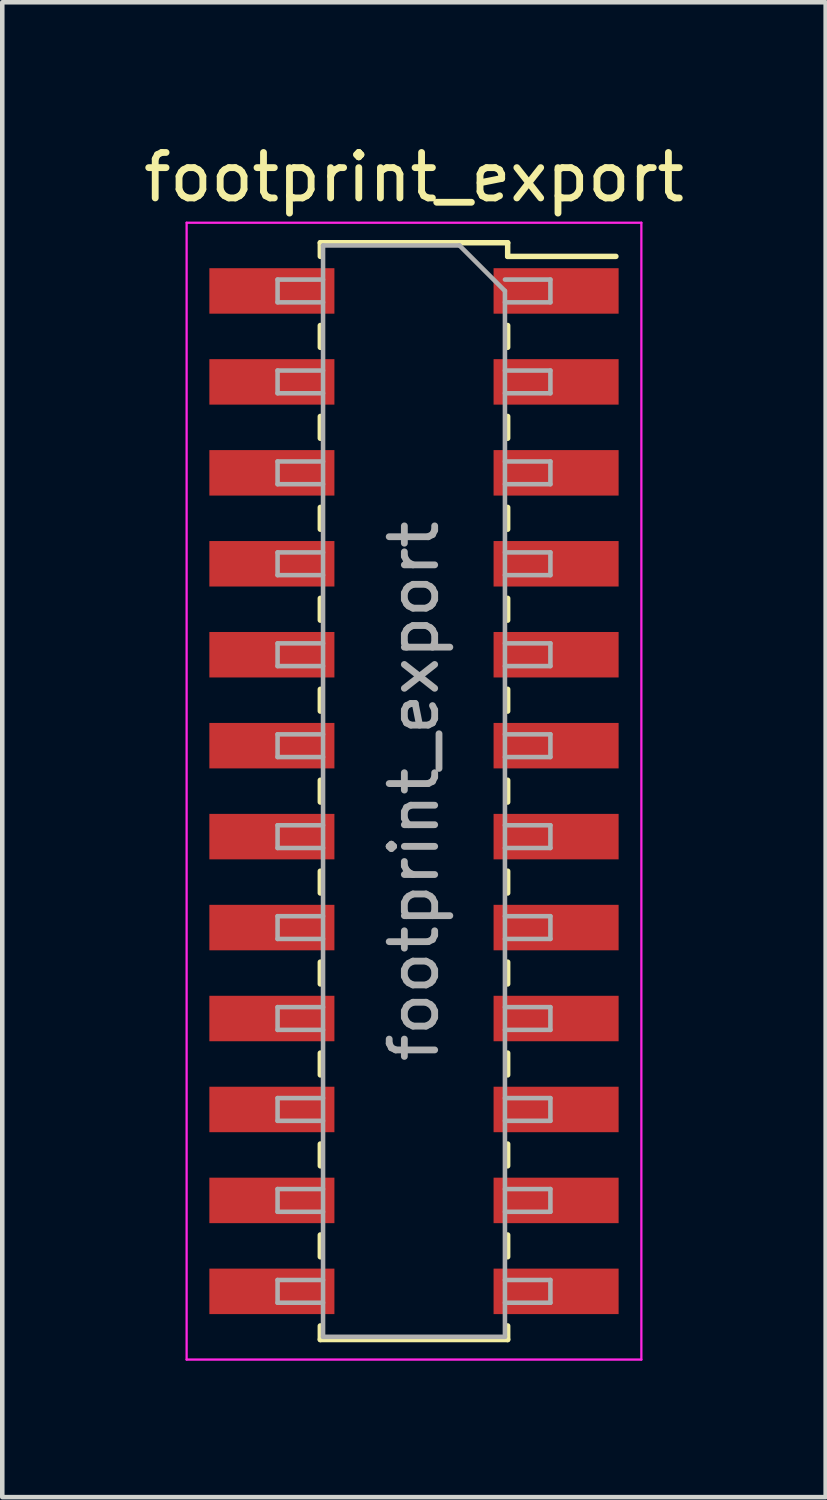
<source format=kicad_pcb>
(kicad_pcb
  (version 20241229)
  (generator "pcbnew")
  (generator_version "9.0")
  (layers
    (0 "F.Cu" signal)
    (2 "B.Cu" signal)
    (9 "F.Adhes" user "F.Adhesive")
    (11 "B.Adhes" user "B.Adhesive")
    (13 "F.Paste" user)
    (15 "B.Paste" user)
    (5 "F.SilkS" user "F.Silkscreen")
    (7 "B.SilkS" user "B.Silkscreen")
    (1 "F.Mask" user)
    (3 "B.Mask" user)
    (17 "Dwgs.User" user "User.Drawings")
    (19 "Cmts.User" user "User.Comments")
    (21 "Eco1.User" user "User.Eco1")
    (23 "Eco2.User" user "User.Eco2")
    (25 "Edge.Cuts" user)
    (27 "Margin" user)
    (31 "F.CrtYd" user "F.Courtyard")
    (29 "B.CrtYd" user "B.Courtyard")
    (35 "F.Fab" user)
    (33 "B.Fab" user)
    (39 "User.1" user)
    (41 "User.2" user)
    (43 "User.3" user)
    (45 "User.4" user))
  (footprint "footprint_export"
    (layer "F.Cu")
    (at 6.054 14.348)
    (property "Reference" "footprint_export" (at 0 -13.5 0) (layer "F.SilkS") (effects (font (size 1 1) (thickness 0.15))))
    (attr smd)
    (fp_line (start -2.06 -12.06) (end -2.06 -11.76) (stroke (width 0.12) (type solid)) (layer "F.SilkS"))
    (fp_line (start -2.06 -12.06) (end 2.06 -12.06) (stroke (width 0.12) (type solid)) (layer "F.SilkS"))
    (fp_line (start -2.06 -10.24) (end -2.06 -9.76) (stroke (width 0.12) (type solid)) (layer "F.SilkS"))
    (fp_line (start -2.06 -8.24) (end -2.06 -7.76) (stroke (width 0.12) (type solid)) (layer "F.SilkS"))
    (fp_line (start -2.06 -6.24) (end -2.06 -5.76) (stroke (width 0.12) (type solid)) (layer "F.SilkS"))
    (fp_line (start -2.06 -4.24) (end -2.06 -3.76) (stroke (width 0.12) (type solid)) (layer "F.SilkS"))
    (fp_line (start -2.06 -2.24) (end -2.06 -1.76) (stroke (width 0.12) (type solid)) (layer "F.SilkS"))
    (fp_line (start -2.06 -0.24) (end -2.06 0.24) (stroke (width 0.12) (type solid)) (layer "F.SilkS"))
    (fp_line (start -2.06 1.76) (end -2.06 2.24) (stroke (width 0.12) (type solid)) (layer "F.SilkS"))
    (fp_line (start -2.06 3.76) (end -2.06 4.24) (stroke (width 0.12) (type solid)) (layer "F.SilkS"))
    (fp_line (start -2.06 5.76) (end -2.06 6.24) (stroke (width 0.12) (type solid)) (layer "F.SilkS"))
    (fp_line (start -2.06 7.76) (end -2.06 8.24) (stroke (width 0.12) (type solid)) (layer "F.SilkS"))
    (fp_line (start -2.06 9.76) (end -2.06 10.24) (stroke (width 0.12) (type solid)) (layer "F.SilkS"))
    (fp_line (start -2.06 11.76) (end -2.06 12.06) (stroke (width 0.12) (type solid)) (layer "F.SilkS"))
    (fp_line (start -2.06 12.06) (end 2.06 12.06) (stroke (width 0.12) (type solid)) (layer "F.SilkS"))
    (fp_line (start 2.06 -12.06) (end 2.06 -11.76) (stroke (width 0.12) (type solid)) (layer "F.SilkS"))
    (fp_line (start 2.06 -11.76) (end 4.44 -11.76) (stroke (width 0.12) (type solid)) (layer "F.SilkS"))
    (fp_line (start 2.06 -10.24) (end 2.06 -9.76) (stroke (width 0.12) (type solid)) (layer "F.SilkS"))
    (fp_line (start 2.06 -8.24) (end 2.06 -7.76) (stroke (width 0.12) (type solid)) (layer "F.SilkS"))
    (fp_line (start 2.06 -6.24) (end 2.06 -5.76) (stroke (width 0.12) (type solid)) (layer "F.SilkS"))
    (fp_line (start 2.06 -4.24) (end 2.06 -3.76) (stroke (width 0.12) (type solid)) (layer "F.SilkS"))
    (fp_line (start 2.06 -2.24) (end 2.06 -1.76) (stroke (width 0.12) (type solid)) (layer "F.SilkS"))
    (fp_line (start 2.06 -0.24) (end 2.06 0.24) (stroke (width 0.12) (type solid)) (layer "F.SilkS"))
    (fp_line (start 2.06 1.76) (end 2.06 2.24) (stroke (width 0.12) (type solid)) (layer "F.SilkS"))
    (fp_line (start 2.06 3.76) (end 2.06 4.24) (stroke (width 0.12) (type solid)) (layer "F.SilkS"))
    (fp_line (start 2.06 5.76) (end 2.06 6.24) (stroke (width 0.12) (type solid)) (layer "F.SilkS"))
    (fp_line (start 2.06 7.76) (end 2.06 8.24) (stroke (width 0.12) (type solid)) (layer "F.SilkS"))
    (fp_line (start 2.06 9.76) (end 2.06 10.24) (stroke (width 0.12) (type solid)) (layer "F.SilkS"))
    (fp_line (start 2.06 11.76) (end 2.06 12.06) (stroke (width 0.12) (type solid)) (layer "F.SilkS"))
    (fp_line (start -5 -12.5) (end 5 -12.5) (stroke (width 0.05) (type solid)) (layer "F.CrtYd"))
    (fp_line (start -5 12.5) (end -5 -12.5) (stroke (width 0.05) (type solid)) (layer "F.CrtYd"))
    (fp_line (start 5 -12.5) (end 5 12.5) (stroke (width 0.05) (type solid)) (layer "F.CrtYd"))
    (fp_line (start 5 12.5) (end -5 12.5) (stroke (width 0.05) (type solid)) (layer "F.CrtYd"))
    (fp_line (start -3 -11.25) (end -2 -11.25) (stroke (width 0.1) (type solid)) (layer "F.Fab"))
    (fp_line (start -3 -10.75) (end -3 -11.25) (stroke (width 0.1) (type solid)) (layer "F.Fab"))
    (fp_line (start -3 -9.25) (end -2 -9.25) (stroke (width 0.1) (type solid)) (layer "F.Fab"))
    (fp_line (start -3 -8.75) (end -3 -9.25) (stroke (width 0.1) (type solid)) (layer "F.Fab"))
    (fp_line (start -3 -7.25) (end -2 -7.25) (stroke (width 0.1) (type solid)) (layer "F.Fab"))
    (fp_line (start -3 -6.75) (end -3 -7.25) (stroke (width 0.1) (type solid)) (layer "F.Fab"))
    (fp_line (start -3 -5.25) (end -2 -5.25) (stroke (width 0.1) (type solid)) (layer "F.Fab"))
    (fp_line (start -3 -4.75) (end -3 -5.25) (stroke (width 0.1) (type solid)) (layer "F.Fab"))
    (fp_line (start -3 -3.25) (end -2 -3.25) (stroke (width 0.1) (type solid)) (layer "F.Fab"))
    (fp_line (start -3 -2.75) (end -3 -3.25) (stroke (width 0.1) (type solid)) (layer "F.Fab"))
    (fp_line (start -3 -1.25) (end -2 -1.25) (stroke (width 0.1) (type solid)) (layer "F.Fab"))
    (fp_line (start -3 -0.75) (end -3 -1.25) (stroke (width 0.1) (type solid)) (layer "F.Fab"))
    (fp_line (start -3 0.75) (end -2 0.75) (stroke (width 0.1) (type solid)) (layer "F.Fab"))
    (fp_line (start -3 1.25) (end -3 0.75) (stroke (width 0.1) (type solid)) (layer "F.Fab"))
    (fp_line (start -3 2.75) (end -2 2.75) (stroke (width 0.1) (type solid)) (layer "F.Fab"))
    (fp_line (start -3 3.25) (end -3 2.75) (stroke (width 0.1) (type solid)) (layer "F.Fab"))
    (fp_line (start -3 4.75) (end -2 4.75) (stroke (width 0.1) (type solid)) (layer "F.Fab"))
    (fp_line (start -3 5.25) (end -3 4.75) (stroke (width 0.1) (type solid)) (layer "F.Fab"))
    (fp_line (start -3 6.75) (end -2 6.75) (stroke (width 0.1) (type solid)) (layer "F.Fab"))
    (fp_line (start -3 7.25) (end -3 6.75) (stroke (width 0.1) (type solid)) (layer "F.Fab"))
    (fp_line (start -3 8.75) (end -2 8.75) (stroke (width 0.1) (type solid)) (layer "F.Fab"))
    (fp_line (start -3 9.25) (end -3 8.75) (stroke (width 0.1) (type solid)) (layer "F.Fab"))
    (fp_line (start -3 10.75) (end -2 10.75) (stroke (width 0.1) (type solid)) (layer "F.Fab"))
    (fp_line (start -3 11.25) (end -3 10.75) (stroke (width 0.1) (type solid)) (layer "F.Fab"))
    (fp_line (start -2 -12) (end 1 -12) (stroke (width 0.1) (type solid)) (layer "F.Fab"))
    (fp_line (start -2 -10.75) (end -3 -10.75) (stroke (width 0.1) (type solid)) (layer "F.Fab"))
    (fp_line (start -2 -8.75) (end -3 -8.75) (stroke (width 0.1) (type solid)) (layer "F.Fab"))
    (fp_line (start -2 -6.75) (end -3 -6.75) (stroke (width 0.1) (type solid)) (layer "F.Fab"))
    (fp_line (start -2 -4.75) (end -3 -4.75) (stroke (width 0.1) (type solid)) (layer "F.Fab"))
    (fp_line (start -2 -2.75) (end -3 -2.75) (stroke (width 0.1) (type solid)) (layer "F.Fab"))
    (fp_line (start -2 -0.75) (end -3 -0.75) (stroke (width 0.1) (type solid)) (layer "F.Fab"))
    (fp_line (start -2 1.25) (end -3 1.25) (stroke (width 0.1) (type solid)) (layer "F.Fab"))
    (fp_line (start -2 3.25) (end -3 3.25) (stroke (width 0.1) (type solid)) (layer "F.Fab"))
    (fp_line (start -2 5.25) (end -3 5.25) (stroke (width 0.1) (type solid)) (layer "F.Fab"))
    (fp_line (start -2 7.25) (end -3 7.25) (stroke (width 0.1) (type solid)) (layer "F.Fab"))
    (fp_line (start -2 9.25) (end -3 9.25) (stroke (width 0.1) (type solid)) (layer "F.Fab"))
    (fp_line (start -2 11.25) (end -3 11.25) (stroke (width 0.1) (type solid)) (layer "F.Fab"))
    (fp_line (start -2 12) (end -2 -12) (stroke (width 0.1) (type solid)) (layer "F.Fab"))
    (fp_line (start 1 -12) (end 2 -11) (stroke (width 0.1) (type solid)) (layer "F.Fab"))
    (fp_line (start 2 -11.25) (end 3 -11.25) (stroke (width 0.1) (type solid)) (layer "F.Fab"))
    (fp_line (start 2 -11) (end 2 12) (stroke (width 0.1) (type solid)) (layer "F.Fab"))
    (fp_line (start 2 -9.25) (end 3 -9.25) (stroke (width 0.1) (type solid)) (layer "F.Fab"))
    (fp_line (start 2 -7.25) (end 3 -7.25) (stroke (width 0.1) (type solid)) (layer "F.Fab"))
    (fp_line (start 2 -5.25) (end 3 -5.25) (stroke (width 0.1) (type solid)) (layer "F.Fab"))
    (fp_line (start 2 -3.25) (end 3 -3.25) (stroke (width 0.1) (type solid)) (layer "F.Fab"))
    (fp_line (start 2 -1.25) (end 3 -1.25) (stroke (width 0.1) (type solid)) (layer "F.Fab"))
    (fp_line (start 2 0.75) (end 3 0.75) (stroke (width 0.1) (type solid)) (layer "F.Fab"))
    (fp_line (start 2 2.75) (end 3 2.75) (stroke (width 0.1) (type solid)) (layer "F.Fab"))
    (fp_line (start 2 4.75) (end 3 4.75) (stroke (width 0.1) (type solid)) (layer "F.Fab"))
    (fp_line (start 2 6.75) (end 3 6.75) (stroke (width 0.1) (type solid)) (layer "F.Fab"))
    (fp_line (start 2 8.75) (end 3 8.75) (stroke (width 0.1) (type solid)) (layer "F.Fab"))
    (fp_line (start 2 10.75) (end 3 10.75) (stroke (width 0.1) (type solid)) (layer "F.Fab"))
    (fp_line (start 2 12) (end -2 12) (stroke (width 0.1) (type solid)) (layer "F.Fab"))
    (fp_line (start 3 -11.25) (end 3 -10.75) (stroke (width 0.1) (type solid)) (layer "F.Fab"))
    (fp_line (start 3 -10.75) (end 2 -10.75) (stroke (width 0.1) (type solid)) (layer "F.Fab"))
    (fp_line (start 3 -9.25) (end 3 -8.75) (stroke (width 0.1) (type solid)) (layer "F.Fab"))
    (fp_line (start 3 -8.75) (end 2 -8.75) (stroke (width 0.1) (type solid)) (layer "F.Fab"))
    (fp_line (start 3 -7.25) (end 3 -6.75) (stroke (width 0.1) (type solid)) (layer "F.Fab"))
    (fp_line (start 3 -6.75) (end 2 -6.75) (stroke (width 0.1) (type solid)) (layer "F.Fab"))
    (fp_line (start 3 -5.25) (end 3 -4.75) (stroke (width 0.1) (type solid)) (layer "F.Fab"))
    (fp_line (start 3 -4.75) (end 2 -4.75) (stroke (width 0.1) (type solid)) (layer "F.Fab"))
    (fp_line (start 3 -3.25) (end 3 -2.75) (stroke (width 0.1) (type solid)) (layer "F.Fab"))
    (fp_line (start 3 -2.75) (end 2 -2.75) (stroke (width 0.1) (type solid)) (layer "F.Fab"))
    (fp_line (start 3 -1.25) (end 3 -0.75) (stroke (width 0.1) (type solid)) (layer "F.Fab"))
    (fp_line (start 3 -0.75) (end 2 -0.75) (stroke (width 0.1) (type solid)) (layer "F.Fab"))
    (fp_line (start 3 0.75) (end 3 1.25) (stroke (width 0.1) (type solid)) (layer "F.Fab"))
    (fp_line (start 3 1.25) (end 2 1.25) (stroke (width 0.1) (type solid)) (layer "F.Fab"))
    (fp_line (start 3 2.75) (end 3 3.25) (stroke (width 0.1) (type solid)) (layer "F.Fab"))
    (fp_line (start 3 3.25) (end 2 3.25) (stroke (width 0.1) (type solid)) (layer "F.Fab"))
    (fp_line (start 3 4.75) (end 3 5.25) (stroke (width 0.1) (type solid)) (layer "F.Fab"))
    (fp_line (start 3 5.25) (end 2 5.25) (stroke (width 0.1) (type solid)) (layer "F.Fab"))
    (fp_line (start 3 6.75) (end 3 7.25) (stroke (width 0.1) (type solid)) (layer "F.Fab"))
    (fp_line (start 3 7.25) (end 2 7.25) (stroke (width 0.1) (type solid)) (layer "F.Fab"))
    (fp_line (start 3 8.75) (end 3 9.25) (stroke (width 0.1) (type solid)) (layer "F.Fab"))
    (fp_line (start 3 9.25) (end 2 9.25) (stroke (width 0.1) (type solid)) (layer "F.Fab"))
    (fp_line (start 3 10.75) (end 3 11.25) (stroke (width 0.1) (type solid)) (layer "F.Fab"))
    (fp_line (start 3 11.25) (end 2 11.25) (stroke (width 0.1) (type solid)) (layer "F.Fab"))
    (fp_text user "${REFERENCE}" (at 0 0 90) (layer "F.Fab") (effects (font (size 1 1) (thickness 0.15))))
    (pad "1" smd rect (at 3.125 -11) (size 2.75 1) (layers "F.Cu" "F.Mask" "F.Paste"))
    (pad "2" smd rect (at -3.125 -11) (size 2.75 1) (layers "F.Cu" "F.Mask" "F.Paste"))
    (pad "3" smd rect (at 3.125 -9) (size 2.75 1) (layers "F.Cu" "F.Mask" "F.Paste"))
    (pad "4" smd rect (at -3.125 -9) (size 2.75 1) (layers "F.Cu" "F.Mask" "F.Paste"))
    (pad "5" smd rect (at 3.125 -7) (size 2.75 1) (layers "F.Cu" "F.Mask" "F.Paste"))
    (pad "6" smd rect (at -3.125 -7) (size 2.75 1) (layers "F.Cu" "F.Mask" "F.Paste"))
    (pad "7" smd rect (at 3.125 -5) (size 2.75 1) (layers "F.Cu" "F.Mask" "F.Paste"))
    (pad "8" smd rect (at -3.125 -5) (size 2.75 1) (layers "F.Cu" "F.Mask" "F.Paste"))
    (pad "9" smd rect (at 3.125 -3) (size 2.75 1) (layers "F.Cu" "F.Mask" "F.Paste"))
    (pad "10" smd rect (at -3.125 -3) (size 2.75 1) (layers "F.Cu" "F.Mask" "F.Paste"))
    (pad "11" smd rect (at 3.125 -1) (size 2.75 1) (layers "F.Cu" "F.Mask" "F.Paste"))
    (pad "12" smd rect (at -3.125 -1) (size 2.75 1) (layers "F.Cu" "F.Mask" "F.Paste"))
    (pad "13" smd rect (at 3.125 1) (size 2.75 1) (layers "F.Cu" "F.Mask" "F.Paste"))
    (pad "14" smd rect (at -3.125 1) (size 2.75 1) (layers "F.Cu" "F.Mask" "F.Paste"))
    (pad "15" smd rect (at 3.125 3) (size 2.75 1) (layers "F.Cu" "F.Mask" "F.Paste"))
    (pad "16" smd rect (at -3.125 3) (size 2.75 1) (layers "F.Cu" "F.Mask" "F.Paste"))
    (pad "17" smd rect (at 3.125 5) (size 2.75 1) (layers "F.Cu" "F.Mask" "F.Paste"))
    (pad "18" smd rect (at -3.125 5) (size 2.75 1) (layers "F.Cu" "F.Mask" "F.Paste"))
    (pad "19" smd rect (at 3.125 7) (size 2.75 1) (layers "F.Cu" "F.Mask" "F.Paste"))
    (pad "20" smd rect (at -3.125 7) (size 2.75 1) (layers "F.Cu" "F.Mask" "F.Paste"))
    (pad "21" smd rect (at 3.125 9) (size 2.75 1) (layers "F.Cu" "F.Mask" "F.Paste"))
    (pad "22" smd rect (at -3.125 9) (size 2.75 1) (layers "F.Cu" "F.Mask" "F.Paste"))
    (pad "23" smd rect (at 3.125 11) (size 2.75 1) (layers "F.Cu" "F.Mask" "F.Paste"))
    (pad "24" smd rect (at -3.125 11) (size 2.75 1) (layers "F.Cu" "F.Mask" "F.Paste")))
  (gr_rect
    (start -3 -3)
    (end 15.107 29.873)
    (stroke (width 0.1) (type default))
    (fill no)
    (layer "Edge.Cuts")))
</source>
